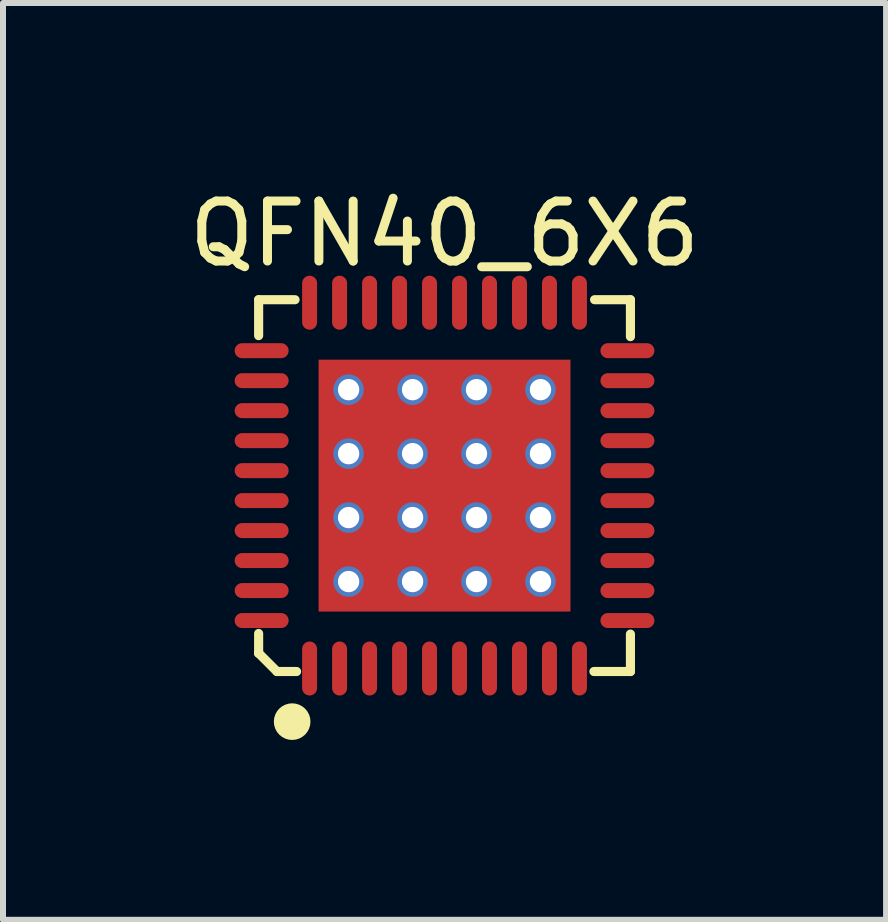
<source format=kicad_pcb>
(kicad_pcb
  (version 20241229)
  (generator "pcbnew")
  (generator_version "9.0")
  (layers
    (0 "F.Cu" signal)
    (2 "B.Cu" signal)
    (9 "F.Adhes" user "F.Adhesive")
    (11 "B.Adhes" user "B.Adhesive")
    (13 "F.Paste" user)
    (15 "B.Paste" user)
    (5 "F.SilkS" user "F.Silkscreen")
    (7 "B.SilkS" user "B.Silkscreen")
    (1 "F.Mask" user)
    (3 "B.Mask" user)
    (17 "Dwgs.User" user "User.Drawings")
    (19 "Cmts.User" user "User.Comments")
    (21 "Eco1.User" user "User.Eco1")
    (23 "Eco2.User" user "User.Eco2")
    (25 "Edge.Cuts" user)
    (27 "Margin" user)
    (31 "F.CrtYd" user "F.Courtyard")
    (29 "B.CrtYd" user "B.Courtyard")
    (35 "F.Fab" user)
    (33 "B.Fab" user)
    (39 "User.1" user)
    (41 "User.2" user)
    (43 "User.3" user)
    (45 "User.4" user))
  (footprint "QFN40_6X6"
    (layer "F.Cu")
    (at 4.363 5.048)
    (property "Reference" "QFN40_6X6" (at 0 -4.2 0) (layer "F.SilkS") (effects (font (size 1 1) (thickness 0.15))))
    (fp_line (start -3.1 -3.1) (end -2.493 -3.1) (stroke (width 0.152) (type solid)) (layer "F.SilkS"))
    (fp_line (start -3.1 -2.501) (end -3.1 -3.1) (stroke (width 0.152) (type solid)) (layer "F.SilkS"))
    (fp_line (start -3.1 2.794) (end -3.1 2.466) (stroke (width 0.152) (type solid)) (layer "F.SilkS"))
    (fp_line (start -3.1 2.794) (end -3.1 2.79) (stroke (width 0.152) (type solid)) (layer "F.SilkS"))
    (fp_line (start -3.1 2.794) (end -2.794 3.1) (stroke (width 0.152) (type solid)) (layer "F.SilkS"))
    (fp_line (start -2.794 3.1) (end -2.467 3.1) (stroke (width 0.152) (type solid)) (layer "F.SilkS"))
    (fp_line (start 2.491 3.1) (end 3.1 3.1) (stroke (width 0.152) (type solid)) (layer "F.SilkS"))
    (fp_line (start 2.502 -3.1) (end 3.1 -3.1) (stroke (width 0.152) (type solid)) (layer "F.SilkS"))
    (fp_line (start 3.1 -2.484) (end 3.1 -3.1) (stroke (width 0.152) (type solid)) (layer "F.SilkS"))
    (fp_line (start 3.1 3.1) (end 3.1 2.476) (stroke (width 0.152) (type solid)) (layer "F.SilkS"))
    (fp_circle (center -2.541 3.936) (end -2.541 3.783) (stroke (width 0.305) (type solid)) (fill no) (layer "F.SilkS"))
    (pad "0" thru_hole circle (at -1.6 -1.6 90) (size 0.508 0.508) (drill 0.356) (layers "*.Cu" "*.Mask"))
    (pad "0" thru_hole circle (at -1.6 -0.533) (size 0.508 0.508) (drill 0.356) (layers "*.Cu"))
    (pad "0" thru_hole circle (at -1.6 0.533) (size 0.508 0.508) (drill 0.356) (layers "*.Cu"))
    (pad "0" thru_hole circle (at -1.6 1.6 90) (size 0.508 0.508) (drill 0.356) (layers "*.Cu" "*.Mask"))
    (pad "0" thru_hole circle (at -0.533 -1.6) (size 0.508 0.508) (drill 0.356) (layers "*.Cu"))
    (pad "0" thru_hole circle (at -0.533 -0.533 90) (size 0.508 0.508) (drill 0.356) (layers "*.Cu" "*.Mask"))
    (pad "0" thru_hole circle (at -0.533 0.533 90) (size 0.508 0.508) (drill 0.356) (layers "*.Cu" "*.Mask"))
    (pad "0" thru_hole circle (at -0.533 1.6) (size 0.508 0.508) (drill 0.356) (layers "*.Cu"))
    (pad "0" smd rect (at 0 0 90) (size 4.2 4.2) (layers "F.Cu" "F.Mask" "F.Paste"))
    (pad "0" thru_hole circle (at 0.533 -1.6) (size 0.508 0.508) (drill 0.356) (layers "*.Cu"))
    (pad "0" thru_hole circle (at 0.533 -0.533 90) (size 0.508 0.508) (drill 0.356) (layers "*.Cu" "*.Mask"))
    (pad "0" thru_hole circle (at 0.533 0.533 90) (size 0.508 0.508) (drill 0.356) (layers "*.Cu" "*.Mask"))
    (pad "0" thru_hole circle (at 0.533 1.6) (size 0.508 0.508) (drill 0.356) (layers "*.Cu"))
    (pad "0" thru_hole circle (at 1.6 -1.6 90) (size 0.508 0.508) (drill 0.356) (layers "*.Cu" "*.Mask"))
    (pad "0" thru_hole circle (at 1.6 -0.533) (size 0.508 0.508) (drill 0.356) (layers "*.Cu"))
    (pad "0" thru_hole circle (at 1.6 0.533) (size 0.508 0.508) (drill 0.356) (layers "*.Cu"))
    (pad "0" thru_hole circle (at 1.6 1.6 90) (size 0.508 0.508) (drill 0.356) (layers "*.Cu" "*.Mask"))
    (pad "1" smd oval (at -2.25 3.05 90) (size 0.9 0.25) (layers "F.Cu" "F.Mask" "F.Paste"))
    (pad "2" smd oval (at -1.75 3.05 90) (size 0.9 0.25) (layers "F.Cu" "F.Mask" "F.Paste"))
    (pad "3" smd oval (at -1.25 3.05 90) (size 0.9 0.25) (layers "F.Cu" "F.Mask" "F.Paste"))
    (pad "4" smd oval (at -0.75 3.05 90) (size 0.9 0.25) (layers "F.Cu" "F.Mask" "F.Paste"))
    (pad "5" smd oval (at -0.25 3.05 90) (size 0.9 0.25) (layers "F.Cu" "F.Mask" "F.Paste"))
    (pad "6" smd oval (at 0.25 3.05 90) (size 0.9 0.25) (layers "F.Cu" "F.Mask" "F.Paste"))
    (pad "7" smd oval (at 0.75 3.05 90) (size 0.9 0.25) (layers "F.Cu" "F.Mask" "F.Paste"))
    (pad "8" smd oval (at 1.25 3.05 90) (size 0.9 0.25) (layers "F.Cu" "F.Mask" "F.Paste"))
    (pad "9" smd oval (at 1.75 3.05 90) (size 0.9 0.25) (layers "F.Cu" "F.Mask" "F.Paste"))
    (pad "10" smd oval (at 2.25 3.05 90) (size 0.9 0.25) (layers "F.Cu" "F.Mask" "F.Paste"))
    (pad "11" smd oval (at 3.05 2.25 180) (size 0.9 0.25) (layers "F.Cu" "F.Mask" "F.Paste"))
    (pad "12" smd oval (at 3.05 1.75 180) (size 0.9 0.25) (layers "F.Cu" "F.Mask" "F.Paste"))
    (pad "13" smd oval (at 3.05 1.25 180) (size 0.9 0.25) (layers "F.Cu" "F.Mask" "F.Paste"))
    (pad "14" smd oval (at 3.05 0.75 180) (size 0.9 0.25) (layers "F.Cu" "F.Mask" "F.Paste"))
    (pad "15" smd oval (at 3.05 0.25 180) (size 0.9 0.25) (layers "F.Cu" "F.Mask" "F.Paste"))
    (pad "16" smd oval (at 3.05 -0.25 180) (size 0.9 0.25) (layers "F.Cu" "F.Mask" "F.Paste"))
    (pad "17" smd oval (at 3.05 -0.75 180) (size 0.9 0.25) (layers "F.Cu" "F.Mask" "F.Paste"))
    (pad "18" smd oval (at 3.05 -1.25 180) (size 0.9 0.25) (layers "F.Cu" "F.Mask" "F.Paste"))
    (pad "19" smd oval (at 3.05 -1.75 180) (size 0.9 0.25) (layers "F.Cu" "F.Mask" "F.Paste"))
    (pad "20" smd oval (at 3.05 -2.25 180) (size 0.9 0.25) (layers "F.Cu" "F.Mask" "F.Paste"))
    (pad "21" smd oval (at 2.25 -3.05 270) (size 0.9 0.25) (layers "F.Cu" "F.Mask" "F.Paste"))
    (pad "22" smd oval (at 1.75 -3.05 270) (size 0.9 0.25) (layers "F.Cu" "F.Mask" "F.Paste"))
    (pad "23" smd oval (at 1.25 -3.05 270) (size 0.9 0.25) (layers "F.Cu" "F.Mask" "F.Paste"))
    (pad "24" smd oval (at 0.75 -3.05 270) (size 0.9 0.25) (layers "F.Cu" "F.Mask" "F.Paste"))
    (pad "25" smd oval (at 0.25 -3.05 270) (size 0.9 0.25) (layers "F.Cu" "F.Mask" "F.Paste"))
    (pad "26" smd oval (at -0.25 -3.05 270) (size 0.9 0.25) (layers "F.Cu" "F.Mask" "F.Paste"))
    (pad "27" smd oval (at -0.75 -3.05 270) (size 0.9 0.25) (layers "F.Cu" "F.Mask" "F.Paste"))
    (pad "28" smd oval (at -1.25 -3.05 270) (size 0.9 0.25) (layers "F.Cu" "F.Mask" "F.Paste"))
    (pad "29" smd oval (at -1.75 -3.05 270) (size 0.9 0.25) (layers "F.Cu" "F.Mask" "F.Paste"))
    (pad "30" smd oval (at -2.25 -3.05 270) (size 0.9 0.25) (layers "F.Cu" "F.Mask" "F.Paste"))
    (pad "31" smd oval (at -3.05 -2.25) (size 0.9 0.25) (layers "F.Cu" "F.Mask" "F.Paste"))
    (pad "32" smd oval (at -3.05 -1.75) (size 0.9 0.25) (layers "F.Cu" "F.Mask" "F.Paste"))
    (pad "33" smd oval (at -3.05 -1.25) (size 0.9 0.25) (layers "F.Cu" "F.Mask" "F.Paste"))
    (pad "34" smd oval (at -3.05 -0.75) (size 0.9 0.25) (layers "F.Cu" "F.Mask" "F.Paste"))
    (pad "35" smd oval (at -3.05 -0.25) (size 0.9 0.25) (layers "F.Cu" "F.Mask" "F.Paste"))
    (pad "36" smd oval (at -3.05 0.25) (size 0.9 0.25) (layers "F.Cu" "F.Mask" "F.Paste"))
    (pad "37" smd oval (at -3.05 0.75) (size 0.9 0.25) (layers "F.Cu" "F.Mask" "F.Paste"))
    (pad "38" smd oval (at -3.05 1.25) (size 0.9 0.25) (layers "F.Cu" "F.Mask" "F.Paste"))
    (pad "39" smd oval (at -3.05 1.75) (size 0.9 0.25) (layers "F.Cu" "F.Mask" "F.Paste"))
    (pad "40" smd oval (at -3.05 2.25) (size 0.9 0.25) (layers "F.Cu" "F.Mask" "F.Paste")))
  (gr_rect
    (start -3 -3)
    (end 11.726 12.289)
    (stroke (width 0.1) (type default))
    (fill no)
    (layer "Edge.Cuts")))
</source>
